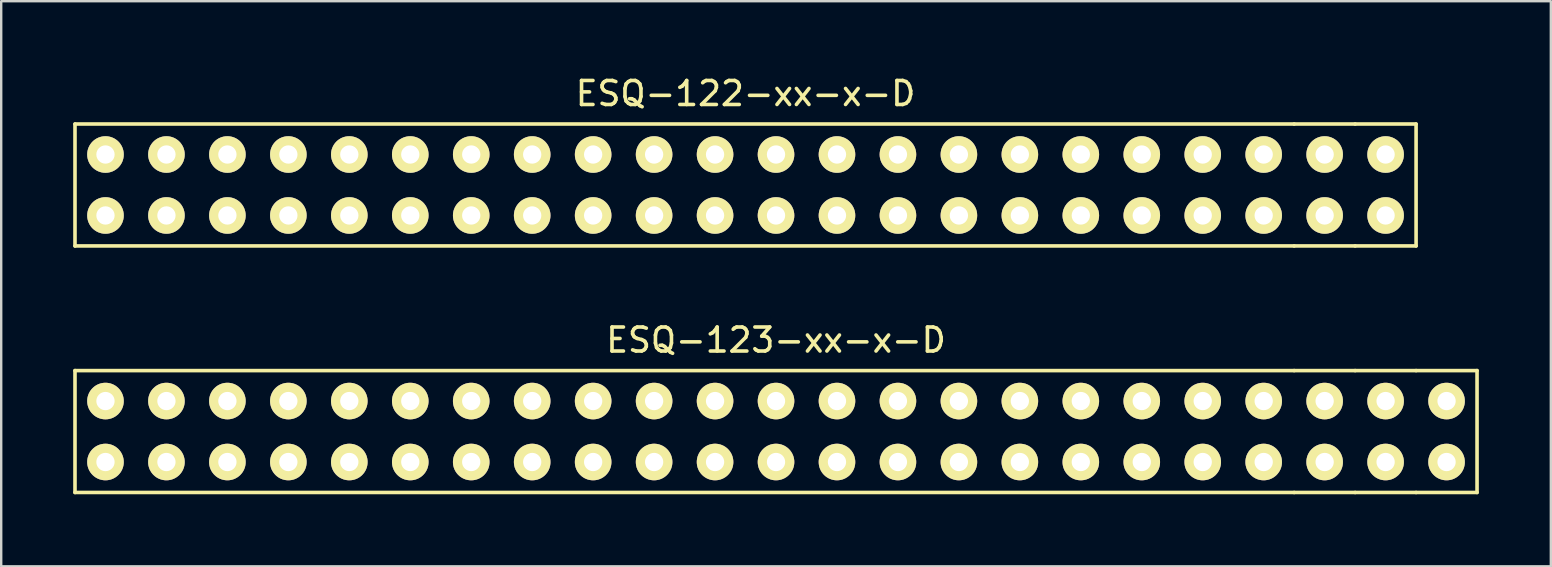
<source format=kicad_pcb>
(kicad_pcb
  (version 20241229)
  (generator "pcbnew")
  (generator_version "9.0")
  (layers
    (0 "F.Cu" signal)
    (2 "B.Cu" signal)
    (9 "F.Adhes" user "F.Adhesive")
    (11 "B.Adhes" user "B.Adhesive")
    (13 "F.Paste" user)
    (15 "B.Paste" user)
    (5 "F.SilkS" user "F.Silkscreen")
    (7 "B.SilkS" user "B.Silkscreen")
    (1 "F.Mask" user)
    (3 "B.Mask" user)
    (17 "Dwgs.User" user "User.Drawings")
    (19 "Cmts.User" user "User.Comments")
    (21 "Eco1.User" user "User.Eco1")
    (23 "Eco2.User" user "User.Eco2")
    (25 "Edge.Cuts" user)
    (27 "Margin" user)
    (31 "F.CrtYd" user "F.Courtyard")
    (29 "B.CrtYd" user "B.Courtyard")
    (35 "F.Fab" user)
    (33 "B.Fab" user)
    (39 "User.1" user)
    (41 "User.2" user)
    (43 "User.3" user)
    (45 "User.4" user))
  (footprint "ESQ-123-xx-x-D"
    (layer "F.Cu")
    (at 29.285 14.931)
    (property "Reference" "ESQ-123-xx-x-D" (at 0 -3.81 0) (layer "F.SilkS") (effects (font (size 1 1) (thickness 0.15))))
    (attr through_hole)
    (fp_line (start -29.21 -2.54) (end 21.59 -2.54) (stroke (width 0.15) (type solid)) (layer "F.SilkS"))
    (fp_line (start -29.21 2.54) (end -29.21 -2.54) (stroke (width 0.15) (type solid)) (layer "F.SilkS"))
    (fp_line (start 21.59 -2.54) (end 24.13 -2.54) (stroke (width 0.15) (type solid)) (layer "F.SilkS"))
    (fp_line (start 21.59 2.54) (end -29.21 2.54) (stroke (width 0.15) (type solid)) (layer "F.SilkS"))
    (fp_line (start 24.13 -2.54) (end 26.67 -2.54) (stroke (width 0.15) (type solid)) (layer "F.SilkS"))
    (fp_line (start 24.13 2.54) (end 21.59 2.54) (stroke (width 0.15) (type solid)) (layer "F.SilkS"))
    (fp_line (start 26.67 -2.54) (end 29.21 -2.54) (stroke (width 0.15) (type solid)) (layer "F.SilkS"))
    (fp_line (start 26.67 2.54) (end 24.13 2.54) (stroke (width 0.15) (type solid)) (layer "F.SilkS"))
    (fp_line (start 29.21 -2.54) (end 29.21 2.54) (stroke (width 0.15) (type solid)) (layer "F.SilkS"))
    (fp_line (start 29.21 2.54) (end 26.67 2.54) (stroke (width 0.15) (type solid)) (layer "F.SilkS"))
    (pad "1" thru_hole circle (at -27.94 -1.27) (size 1.524 1.524) (drill 0.762) (layers "*.Mask" "B.Cu" "F.SilkS"))
    (pad "2" thru_hole circle (at -27.94 1.27) (size 1.524 1.524) (drill 0.762) (layers "*.Mask" "B.Cu" "F.SilkS"))
    (pad "3" thru_hole circle (at -25.4 -1.27) (size 1.524 1.524) (drill 0.762) (layers "*.Mask" "B.Cu" "F.SilkS"))
    (pad "4" thru_hole circle (at -25.4 1.27) (size 1.524 1.524) (drill 0.762) (layers "*.Mask" "B.Cu" "F.SilkS"))
    (pad "5" thru_hole circle (at -22.86 -1.27) (size 1.524 1.524) (drill 0.762) (layers "*.Mask" "B.Cu" "F.SilkS"))
    (pad "6" thru_hole circle (at -22.86 1.27) (size 1.524 1.524) (drill 0.762) (layers "*.Mask" "B.Cu" "F.SilkS"))
    (pad "7" thru_hole circle (at -20.32 -1.27) (size 1.524 1.524) (drill 0.762) (layers "*.Mask" "B.Cu" "F.SilkS"))
    (pad "8" thru_hole circle (at -20.32 1.27) (size 1.524 1.524) (drill 0.762) (layers "*.Mask" "B.Cu" "F.SilkS"))
    (pad "9" thru_hole circle (at -17.78 -1.27) (size 1.524 1.524) (drill 0.762) (layers "*.Mask" "B.Cu" "F.SilkS"))
    (pad "10" thru_hole circle (at -17.78 1.27) (size 1.524 1.524) (drill 0.762) (layers "*.Mask" "B.Cu" "F.SilkS"))
    (pad "11" thru_hole circle (at -15.24 -1.27) (size 1.524 1.524) (drill 0.762) (layers "*.Mask" "B.Cu" "F.SilkS"))
    (pad "12" thru_hole circle (at -15.24 1.27) (size 1.524 1.524) (drill 0.762) (layers "*.Mask" "B.Cu" "F.SilkS"))
    (pad "13" thru_hole circle (at -12.7 -1.27) (size 1.524 1.524) (drill 0.762) (layers "*.Mask" "B.Cu" "F.SilkS"))
    (pad "14" thru_hole circle (at -12.7 1.27) (size 1.524 1.524) (drill 0.762) (layers "*.Mask" "B.Cu" "F.SilkS"))
    (pad "15" thru_hole circle (at -10.16 -1.27) (size 1.524 1.524) (drill 0.762) (layers "*.Mask" "B.Cu" "F.SilkS"))
    (pad "16" thru_hole circle (at -10.16 1.27) (size 1.524 1.524) (drill 0.762) (layers "*.Mask" "B.Cu" "F.SilkS"))
    (pad "17" thru_hole circle (at -7.62 -1.27) (size 1.524 1.524) (drill 0.762) (layers "*.Mask" "B.Cu" "F.SilkS"))
    (pad "18" thru_hole circle (at -7.62 1.27) (size 1.524 1.524) (drill 0.762) (layers "*.Mask" "B.Cu" "F.SilkS"))
    (pad "19" thru_hole circle (at -5.08 -1.27) (size 1.524 1.524) (drill 0.762) (layers "*.Mask" "B.Cu" "F.SilkS"))
    (pad "20" thru_hole circle (at -5.08 1.27) (size 1.524 1.524) (drill 0.762) (layers "*.Mask" "B.Cu" "F.SilkS"))
    (pad "21" thru_hole circle (at -2.54 -1.27) (size 1.524 1.524) (drill 0.762) (layers "*.Mask" "B.Cu" "F.SilkS"))
    (pad "22" thru_hole circle (at -2.54 1.27) (size 1.524 1.524) (drill 0.762) (layers "*.Mask" "B.Cu" "F.SilkS"))
    (pad "23" thru_hole circle (at 0 -1.27) (size 1.524 1.524) (drill 0.762) (layers "*.Mask" "B.Cu" "F.SilkS"))
    (pad "24" thru_hole circle (at 0 1.27) (size 1.524 1.524) (drill 0.762) (layers "*.Mask" "B.Cu" "F.SilkS"))
    (pad "25" thru_hole circle (at 2.54 -1.27) (size 1.524 1.524) (drill 0.762) (layers "*.Mask" "B.Cu" "F.SilkS"))
    (pad "26" thru_hole circle (at 2.54 1.27) (size 1.524 1.524) (drill 0.762) (layers "*.Mask" "B.Cu" "F.SilkS"))
    (pad "27" thru_hole circle (at 5.08 -1.27) (size 1.524 1.524) (drill 0.762) (layers "*.Mask" "B.Cu" "F.SilkS"))
    (pad "28" thru_hole circle (at 5.08 1.27) (size 1.524 1.524) (drill 0.762) (layers "*.Mask" "B.Cu" "F.SilkS"))
    (pad "29" thru_hole circle (at 7.62 -1.27) (size 1.524 1.524) (drill 0.762) (layers "*.Mask" "B.Cu" "F.SilkS"))
    (pad "30" thru_hole circle (at 7.62 1.27) (size 1.524 1.524) (drill 0.762) (layers "*.Mask" "B.Cu" "F.SilkS"))
    (pad "31" thru_hole circle (at 10.16 -1.27) (size 1.524 1.524) (drill 0.762) (layers "*.Mask" "B.Cu" "F.SilkS"))
    (pad "32" thru_hole circle (at 10.16 1.27) (size 1.524 1.524) (drill 0.762) (layers "*.Mask" "B.Cu" "F.SilkS"))
    (pad "33" thru_hole circle (at 12.7 -1.27) (size 1.524 1.524) (drill 0.762) (layers "*.Mask" "B.Cu" "F.SilkS"))
    (pad "34" thru_hole circle (at 12.7 1.27) (size 1.524 1.524) (drill 0.762) (layers "*.Mask" "B.Cu" "F.SilkS"))
    (pad "35" thru_hole circle (at 15.24 -1.27) (size 1.524 1.524) (drill 0.762) (layers "*.Mask" "B.Cu" "F.SilkS"))
    (pad "36" thru_hole circle (at 15.24 1.27) (size 1.524 1.524) (drill 0.762) (layers "*.Mask" "B.Cu" "F.SilkS"))
    (pad "37" thru_hole circle (at 17.78 -1.27) (size 1.524 1.524) (drill 0.762) (layers "*.Mask" "B.Cu" "F.SilkS"))
    (pad "38" thru_hole circle (at 17.78 1.27) (size 1.524 1.524) (drill 0.762) (layers "*.Mask" "B.Cu" "F.SilkS"))
    (pad "39" thru_hole circle (at 20.32 -1.27) (size 1.524 1.524) (drill 0.762) (layers "*.Mask" "B.Cu" "F.SilkS"))
    (pad "40" thru_hole circle (at 20.32 1.27) (size 1.524 1.524) (drill 0.762) (layers "*.Mask" "B.Cu" "F.SilkS"))
    (pad "41" thru_hole circle (at 22.86 -1.27) (size 1.524 1.524) (drill 0.762) (layers "*.Mask" "B.Cu" "F.SilkS"))
    (pad "42" thru_hole circle (at 22.86 1.27) (size 1.524 1.524) (drill 0.762) (layers "*.Mask" "B.Cu" "F.SilkS"))
    (pad "43" thru_hole circle (at 25.4 -1.27) (size 1.524 1.524) (drill 0.762) (layers "*.Mask" "B.Cu" "F.SilkS"))
    (pad "44" thru_hole circle (at 25.4 1.27) (size 1.524 1.524) (drill 0.762) (layers "*.Mask" "B.Cu" "F.SilkS"))
    (pad "45" thru_hole circle (at 27.94 -1.27) (size 1.524 1.524) (drill 0.762) (layers "*.Mask" "B.Cu" "F.SilkS"))
    (pad "46" thru_hole circle (at 27.94 1.27) (size 1.524 1.524) (drill 0.762) (layers "*.Mask" "B.Cu" "F.SilkS")))
  (footprint "ESQ-122-xx-x-D"
    (layer "F.Cu")
    (at 28.015 4.658)
    (property "Reference" "ESQ-122-xx-x-D" (at 0 -3.81 0) (layer "F.SilkS") (effects (font (size 1 1) (thickness 0.15))))
    (attr through_hole)
    (fp_line (start -27.94 -2.54) (end 22.86 -2.54) (stroke (width 0.15) (type solid)) (layer "F.SilkS"))
    (fp_line (start -27.94 2.54) (end -27.94 -2.54) (stroke (width 0.15) (type solid)) (layer "F.SilkS"))
    (fp_line (start 22.86 -2.54) (end 25.4 -2.54) (stroke (width 0.15) (type solid)) (layer "F.SilkS"))
    (fp_line (start 22.86 2.54) (end -27.94 2.54) (stroke (width 0.15) (type solid)) (layer "F.SilkS"))
    (fp_line (start 25.4 -2.54) (end 27.94 -2.54) (stroke (width 0.15) (type solid)) (layer "F.SilkS"))
    (fp_line (start 25.4 2.54) (end 22.86 2.54) (stroke (width 0.15) (type solid)) (layer "F.SilkS"))
    (fp_line (start 27.94 -2.54) (end 27.94 2.54) (stroke (width 0.15) (type solid)) (layer "F.SilkS"))
    (fp_line (start 27.94 2.54) (end 25.4 2.54) (stroke (width 0.15) (type solid)) (layer "F.SilkS"))
    (pad "1" thru_hole circle (at -26.67 -1.27) (size 1.524 1.524) (drill 0.762) (layers "*.Mask" "B.Cu" "F.SilkS"))
    (pad "2" thru_hole circle (at -26.67 1.27) (size 1.524 1.524) (drill 0.762) (layers "*.Mask" "B.Cu" "F.SilkS"))
    (pad "3" thru_hole circle (at -24.13 -1.27) (size 1.524 1.524) (drill 0.762) (layers "*.Mask" "B.Cu" "F.SilkS"))
    (pad "4" thru_hole circle (at -24.13 1.27) (size 1.524 1.524) (drill 0.762) (layers "*.Mask" "B.Cu" "F.SilkS"))
    (pad "5" thru_hole circle (at -21.59 -1.27) (size 1.524 1.524) (drill 0.762) (layers "*.Mask" "B.Cu" "F.SilkS"))
    (pad "6" thru_hole circle (at -21.59 1.27) (size 1.524 1.524) (drill 0.762) (layers "*.Mask" "B.Cu" "F.SilkS"))
    (pad "7" thru_hole circle (at -19.05 -1.27) (size 1.524 1.524) (drill 0.762) (layers "*.Mask" "B.Cu" "F.SilkS"))
    (pad "8" thru_hole circle (at -19.05 1.27) (size 1.524 1.524) (drill 0.762) (layers "*.Mask" "B.Cu" "F.SilkS"))
    (pad "9" thru_hole circle (at -16.51 -1.27) (size 1.524 1.524) (drill 0.762) (layers "*.Mask" "B.Cu" "F.SilkS"))
    (pad "10" thru_hole circle (at -16.51 1.27) (size 1.524 1.524) (drill 0.762) (layers "*.Mask" "B.Cu" "F.SilkS"))
    (pad "11" thru_hole circle (at -13.97 -1.27) (size 1.524 1.524) (drill 0.762) (layers "*.Mask" "B.Cu" "F.SilkS"))
    (pad "12" thru_hole circle (at -13.97 1.27) (size 1.524 1.524) (drill 0.762) (layers "*.Mask" "B.Cu" "F.SilkS"))
    (pad "13" thru_hole circle (at -11.43 -1.27) (size 1.524 1.524) (drill 0.762) (layers "*.Mask" "B.Cu" "F.SilkS"))
    (pad "14" thru_hole circle (at -11.43 1.27) (size 1.524 1.524) (drill 0.762) (layers "*.Mask" "B.Cu" "F.SilkS"))
    (pad "15" thru_hole circle (at -8.89 -1.27) (size 1.524 1.524) (drill 0.762) (layers "*.Mask" "B.Cu" "F.SilkS"))
    (pad "16" thru_hole circle (at -8.89 1.27) (size 1.524 1.524) (drill 0.762) (layers "*.Mask" "B.Cu" "F.SilkS"))
    (pad "17" thru_hole circle (at -6.35 -1.27) (size 1.524 1.524) (drill 0.762) (layers "*.Mask" "B.Cu" "F.SilkS"))
    (pad "18" thru_hole circle (at -6.35 1.27) (size 1.524 1.524) (drill 0.762) (layers "*.Mask" "B.Cu" "F.SilkS"))
    (pad "19" thru_hole circle (at -3.81 -1.27) (size 1.524 1.524) (drill 0.762) (layers "*.Mask" "B.Cu" "F.SilkS"))
    (pad "20" thru_hole circle (at -3.81 1.27) (size 1.524 1.524) (drill 0.762) (layers "*.Mask" "B.Cu" "F.SilkS"))
    (pad "21" thru_hole circle (at -1.27 -1.27) (size 1.524 1.524) (drill 0.762) (layers "*.Mask" "B.Cu" "F.SilkS"))
    (pad "22" thru_hole circle (at -1.27 1.27) (size 1.524 1.524) (drill 0.762) (layers "*.Mask" "B.Cu" "F.SilkS"))
    (pad "23" thru_hole circle (at 1.27 -1.27) (size 1.524 1.524) (drill 0.762) (layers "*.Mask" "B.Cu" "F.SilkS"))
    (pad "24" thru_hole circle (at 1.27 1.27) (size 1.524 1.524) (drill 0.762) (layers "*.Mask" "B.Cu" "F.SilkS"))
    (pad "25" thru_hole circle (at 3.81 -1.27) (size 1.524 1.524) (drill 0.762) (layers "*.Mask" "B.Cu" "F.SilkS"))
    (pad "26" thru_hole circle (at 3.81 1.27) (size 1.524 1.524) (drill 0.762) (layers "*.Mask" "B.Cu" "F.SilkS"))
    (pad "27" thru_hole circle (at 6.35 -1.27) (size 1.524 1.524) (drill 0.762) (layers "*.Mask" "B.Cu" "F.SilkS"))
    (pad "28" thru_hole circle (at 6.35 1.27) (size 1.524 1.524) (drill 0.762) (layers "*.Mask" "B.Cu" "F.SilkS"))
    (pad "29" thru_hole circle (at 8.89 -1.27) (size 1.524 1.524) (drill 0.762) (layers "*.Mask" "B.Cu" "F.SilkS"))
    (pad "30" thru_hole circle (at 8.89 1.27) (size 1.524 1.524) (drill 0.762) (layers "*.Mask" "B.Cu" "F.SilkS"))
    (pad "31" thru_hole circle (at 11.43 -1.27) (size 1.524 1.524) (drill 0.762) (layers "*.Mask" "B.Cu" "F.SilkS"))
    (pad "32" thru_hole circle (at 11.43 1.27) (size 1.524 1.524) (drill 0.762) (layers "*.Mask" "B.Cu" "F.SilkS"))
    (pad "33" thru_hole circle (at 13.97 -1.27) (size 1.524 1.524) (drill 0.762) (layers "*.Mask" "B.Cu" "F.SilkS"))
    (pad "34" thru_hole circle (at 13.97 1.27) (size 1.524 1.524) (drill 0.762) (layers "*.Mask" "B.Cu" "F.SilkS"))
    (pad "35" thru_hole circle (at 16.51 -1.27) (size 1.524 1.524) (drill 0.762) (layers "*.Mask" "B.Cu" "F.SilkS"))
    (pad "36" thru_hole circle (at 16.51 1.27) (size 1.524 1.524) (drill 0.762) (layers "*.Mask" "B.Cu" "F.SilkS"))
    (pad "37" thru_hole circle (at 19.05 -1.27) (size 1.524 1.524) (drill 0.762) (layers "*.Mask" "B.Cu" "F.SilkS"))
    (pad "38" thru_hole circle (at 19.05 1.27) (size 1.524 1.524) (drill 0.762) (layers "*.Mask" "B.Cu" "F.SilkS"))
    (pad "39" thru_hole circle (at 21.59 -1.27) (size 1.524 1.524) (drill 0.762) (layers "*.Mask" "B.Cu" "F.SilkS"))
    (pad "40" thru_hole circle (at 21.59 1.27) (size 1.524 1.524) (drill 0.762) (layers "*.Mask" "B.Cu" "F.SilkS"))
    (pad "41" thru_hole circle (at 24.13 -1.27) (size 1.524 1.524) (drill 0.762) (layers "*.Mask" "B.Cu" "F.SilkS"))
    (pad "42" thru_hole circle (at 24.13 1.27) (size 1.524 1.524) (drill 0.762) (layers "*.Mask" "B.Cu" "F.SilkS"))
    (pad "43" thru_hole circle (at 26.67 -1.27) (size 1.524 1.524) (drill 0.762) (layers "*.Mask" "B.Cu" "F.SilkS"))
    (pad "44" thru_hole circle (at 26.67 1.27) (size 1.524 1.524) (drill 0.762) (layers "*.Mask" "B.Cu" "F.SilkS")))
  (gr_rect
    (start -3 -3)
    (end 61.57 20.547)
    (stroke (width 0.1) (type default))
    (fill no)
    (layer "Edge.Cuts")))
</source>
